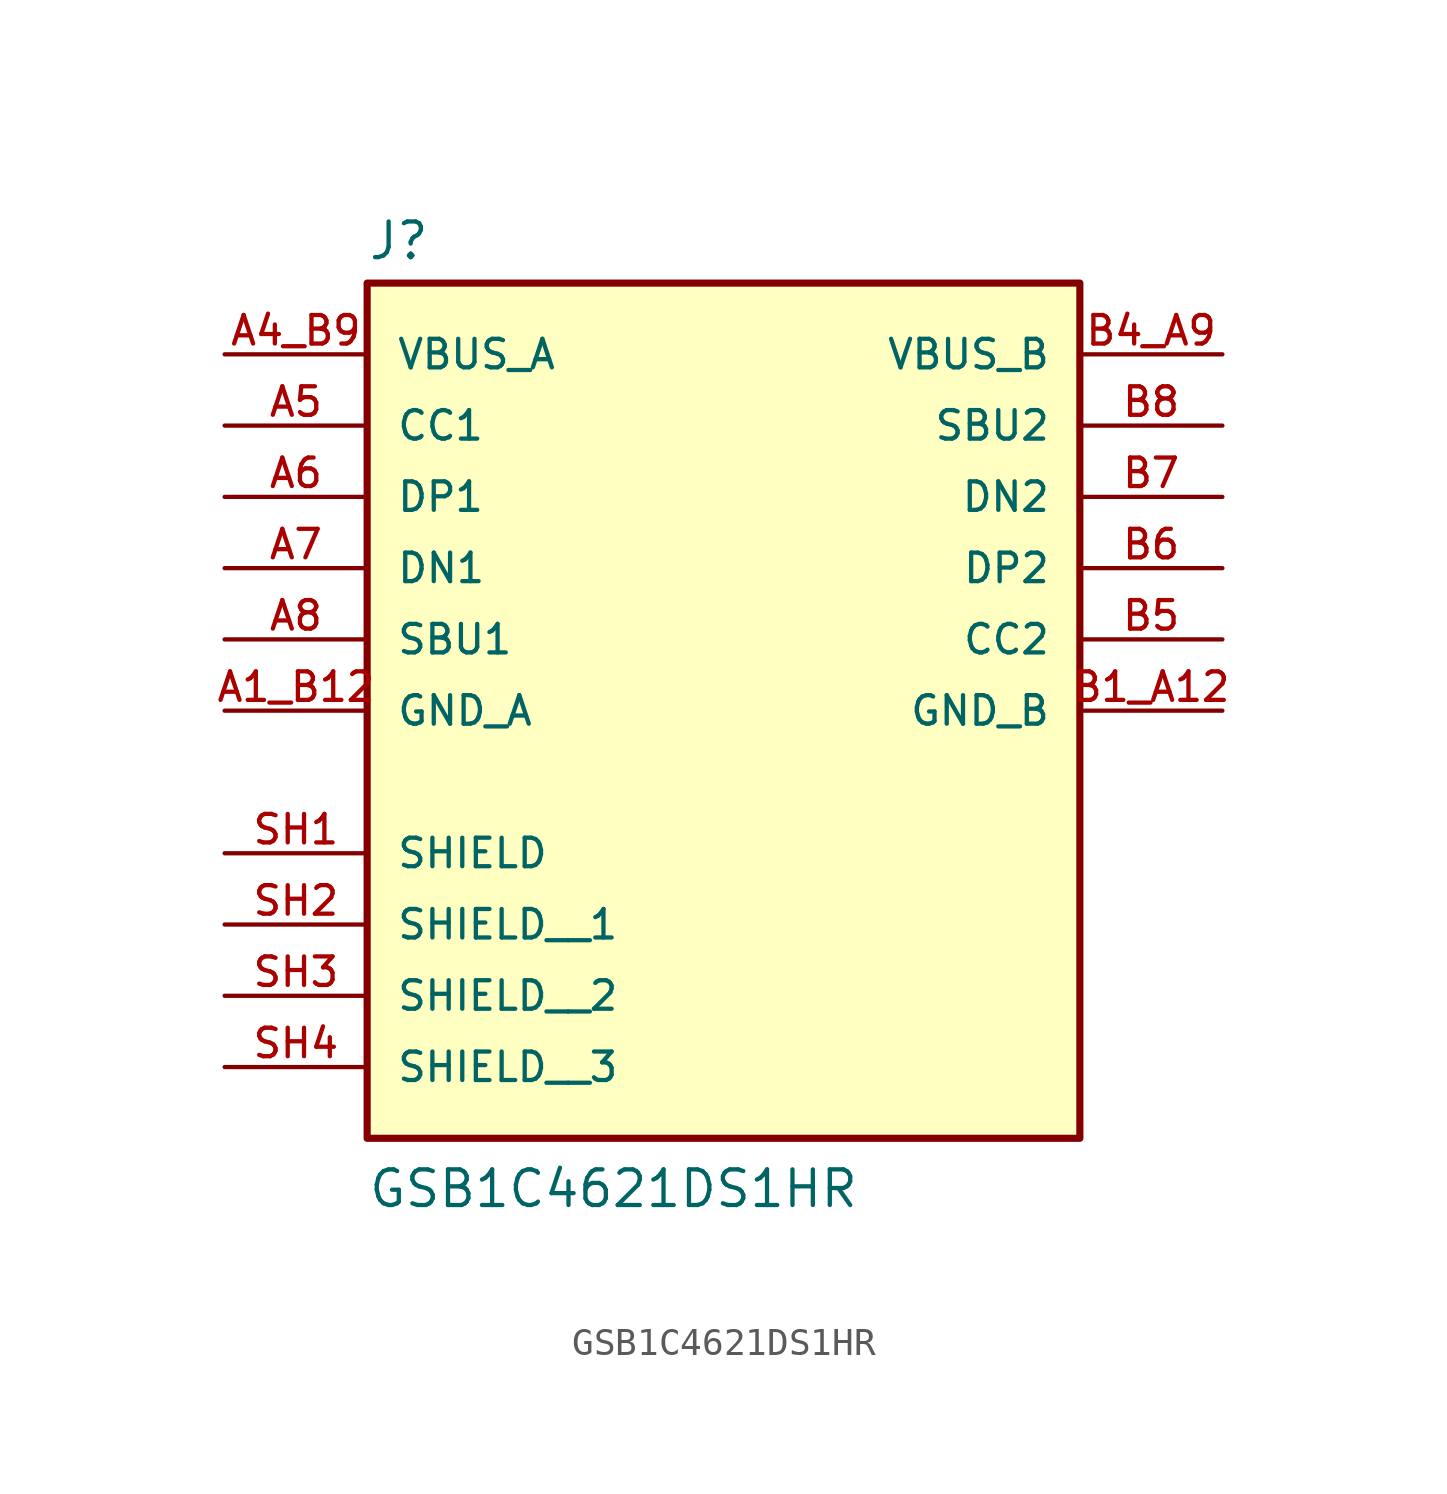
<source format=kicad_sym>
(kicad_symbol_lib
  (version 20211014)
  (generator kicad_symbol_editor)
  (symbol "GSB1C4621DS1HR"
    (pin_names
      (offset 1.016))
    (property "Reference" "J"
      (at -12.7 10.922 0)
      (effects (font (size 1.27 1.27)) (justify bottom left)))
    (property "Value" "GSB1C4621DS1HR"
      (at -12.7 -22.86 0)
      (effects (font (size 1.27 1.27)) (justify bottom left)))
    (symbol "GSB1C4621DS1HR_0_0"
      (rectangle (start -12.7 -20.32) (end 12.7 10.16) (stroke (width 0.254)) (fill (type background)))
      (pin power_in line (at -17.78 -5.08 0) (length 5.08) (name "GND_A" (effects (font (size 1.016 1.016)))) (number "A1_B12" (effects (font (size 1.016 1.016)))))
      (pin power_in line (at -17.78 7.62 0) (length 5.08) (name "VBUS_A" (effects (font (size 1.016 1.016)))) (number "A4_B9" (effects (font (size 1.016 1.016)))))
      (pin bidirectional line (at -17.78 2.54 0) (length 5.08) (name "DP1" (effects (font (size 1.016 1.016)))) (number "A6" (effects (font (size 1.016 1.016)))))
      (pin bidirectional line (at -17.78 5.08 0) (length 5.08) (name "CC1" (effects (font (size 1.016 1.016)))) (number "A5" (effects (font (size 1.016 1.016)))))
      (pin bidirectional line (at -17.78 -2.54 0) (length 5.08) (name "SBU1" (effects (font (size 1.016 1.016)))) (number "A8" (effects (font (size 1.016 1.016)))))
      (pin bidirectional line (at -17.78 0.0 0) (length 5.08) (name "DN1" (effects (font (size 1.016 1.016)))) (number "A7" (effects (font (size 1.016 1.016)))))
      (pin passive line (at -17.78 -10.16 0) (length 5.08) (name "SHIELD" (effects (font (size 1.016 1.016)))) (number "SH1" (effects (font (size 1.016 1.016)))))
      (pin power_in line (at 17.78 -5.08 180.0) (length 5.08) (name "GND_B" (effects (font (size 1.016 1.016)))) (number "B1_A12" (effects (font (size 1.016 1.016)))))
      (pin power_in line (at 17.78 7.62 180.0) (length 5.08) (name "VBUS_B" (effects (font (size 1.016 1.016)))) (number "B4_A9" (effects (font (size 1.016 1.016)))))
      (pin bidirectional line (at 17.78 0.0 180.0) (length 5.08) (name "DP2" (effects (font (size 1.016 1.016)))) (number "B6" (effects (font (size 1.016 1.016)))))
      (pin bidirectional line (at 17.78 -2.54 180.0) (length 5.08) (name "CC2" (effects (font (size 1.016 1.016)))) (number "B5" (effects (font (size 1.016 1.016)))))
      (pin bidirectional line (at 17.78 5.08 180.0) (length 5.08) (name "SBU2" (effects (font (size 1.016 1.016)))) (number "B8" (effects (font (size 1.016 1.016)))))
      (pin bidirectional line (at 17.78 2.54 180.0) (length 5.08) (name "DN2" (effects (font (size 1.016 1.016)))) (number "B7" (effects (font (size 1.016 1.016)))))
      (pin passive line (at -17.78 -12.7 0) (length 5.08) (name "SHIELD__1" (effects (font (size 1.016 1.016)))) (number "SH2" (effects (font (size 1.016 1.016)))))
      (pin passive line (at -17.78 -15.24 0) (length 5.08) (name "SHIELD__2" (effects (font (size 1.016 1.016)))) (number "SH3" (effects (font (size 1.016 1.016)))))
      (pin passive line (at -17.78 -17.78 0) (length 5.08) (name "SHIELD__3" (effects (font (size 1.016 1.016)))) (number "SH4" (effects (font (size 1.016 1.016))))))))
</source>
